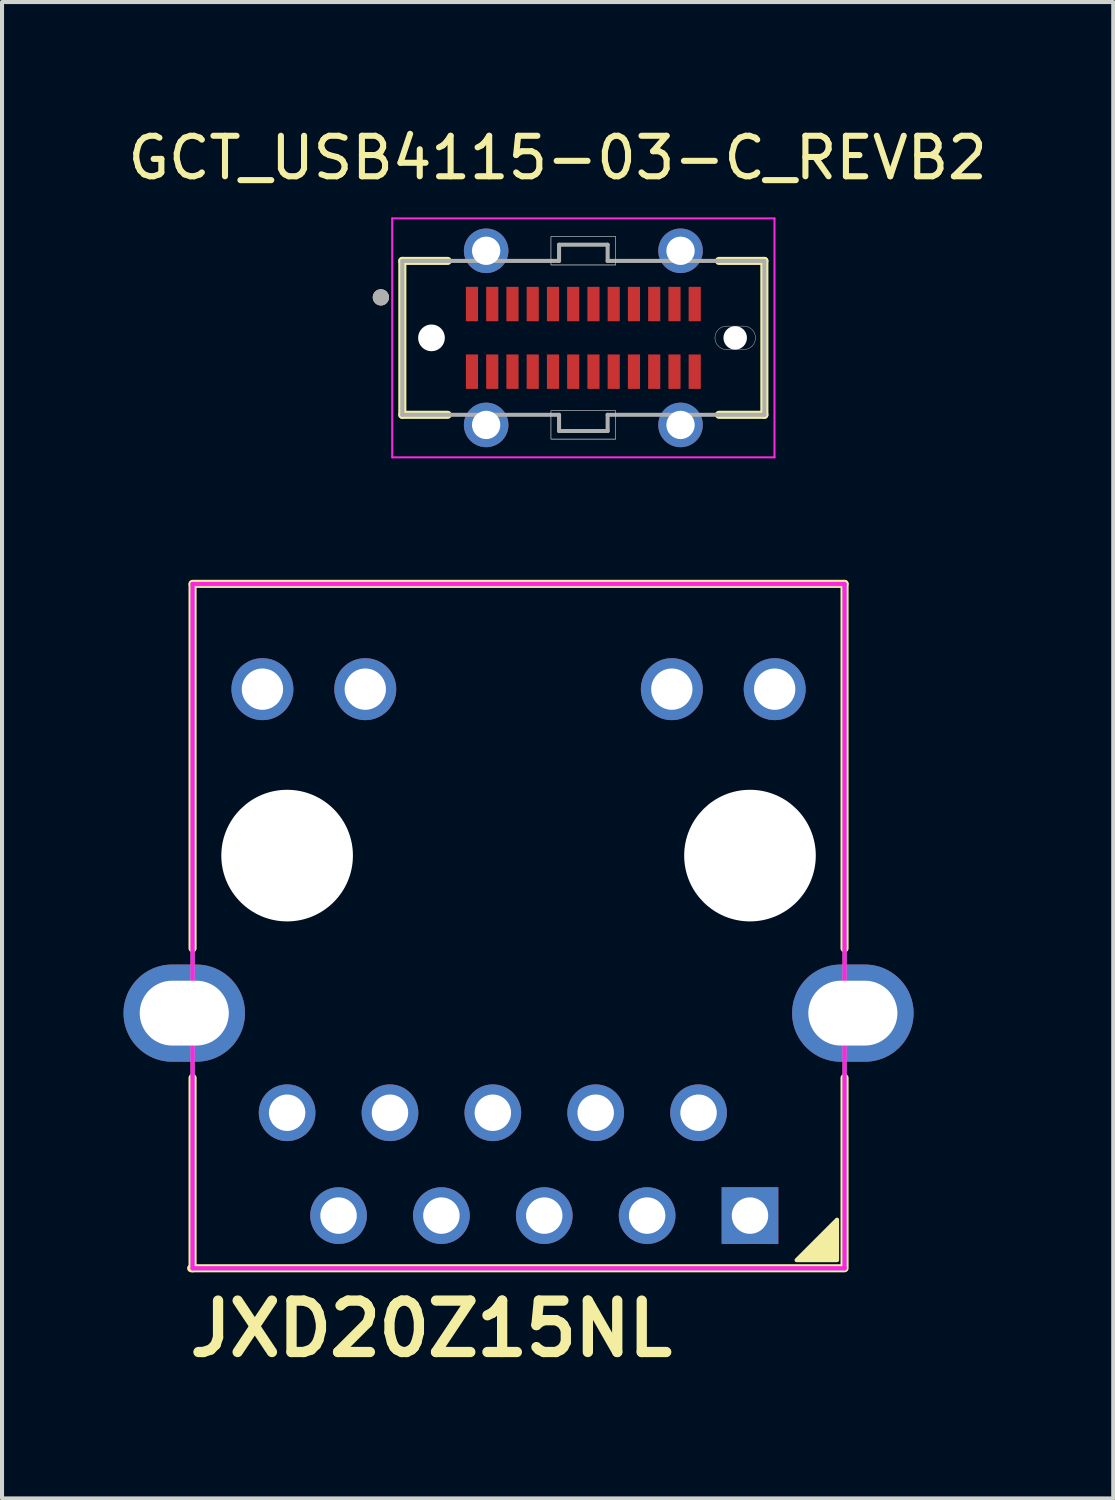
<source format=kicad_pcb>
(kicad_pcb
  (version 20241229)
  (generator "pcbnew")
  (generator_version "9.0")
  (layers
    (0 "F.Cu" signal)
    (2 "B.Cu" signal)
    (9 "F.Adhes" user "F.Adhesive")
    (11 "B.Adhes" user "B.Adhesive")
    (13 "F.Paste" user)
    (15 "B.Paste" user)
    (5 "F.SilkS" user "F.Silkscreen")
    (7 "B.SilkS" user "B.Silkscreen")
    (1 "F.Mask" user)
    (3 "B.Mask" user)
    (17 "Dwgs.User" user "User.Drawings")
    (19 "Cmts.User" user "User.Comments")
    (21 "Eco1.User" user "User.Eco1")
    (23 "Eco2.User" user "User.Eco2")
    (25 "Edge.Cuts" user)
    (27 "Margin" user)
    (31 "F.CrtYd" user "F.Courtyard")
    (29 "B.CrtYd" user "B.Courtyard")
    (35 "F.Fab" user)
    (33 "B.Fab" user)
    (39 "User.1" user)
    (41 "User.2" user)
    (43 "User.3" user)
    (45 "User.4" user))
  (footprint "JXD20Z15NL"
    (layer "F.Cu")
    (at 15.47 26.968)
    (property "Reference" "JXD20Z15NL" (at -7.874 2.794 0) (layer "F.SilkS") (effects (font (size 1.27 1.27) (thickness 0.254))))
    (attr through_hole)
    (fp_line (start -13.765 -15.6) (end 2.335 -15.6) (stroke (width 0.2) (type solid)) (layer "F.SilkS"))
    (fp_line (start -13.765 -6.6) (end -13.765 -15.59) (stroke (width 0.2) (type solid)) (layer "F.SilkS"))
    (fp_line (start -13.765 1.3) (end -13.765 -3.4) (stroke (width 0.2) (type solid)) (layer "F.SilkS"))
    (fp_line (start 2.3 1.3) (end -13.8 1.3) (stroke (width 0.2) (type solid)) (layer "F.SilkS"))
    (fp_line (start 2.335 -15.6) (end 2.335 -6.6) (stroke (width 0.2) (type solid)) (layer "F.SilkS"))
    (fp_line (start 2.335 -3.4) (end 2.335 1.3) (stroke (width 0.2) (type solid)) (layer "F.SilkS"))
    (fp_poly (pts (xy 2.15 0.1) (xy 2.15 1.1) (xy 1.15 1.1)) (stroke (width 0.1) (type solid)) (fill yes) (layer "F.SilkS"))
    (fp_line (start -13.765 -15.6) (end 2.335 -15.6) (stroke (width 0.1) (type solid)) (layer "F.CrtYd"))
    (fp_line (start -13.765 1.3) (end -13.765 -15.6) (stroke (width 0.1) (type solid)) (layer "F.CrtYd"))
    (fp_line (start 2.335 -15.6) (end 2.335 1.3) (stroke (width 0.1) (type solid)) (layer "F.CrtYd"))
    (fp_line (start 2.335 1.3) (end -13.765 1.3) (stroke (width 0.1) (type solid)) (layer "F.CrtYd"))
    (fp_line (start -13.765 -15.59) (end 2.335 -15.59) (stroke (width 0.1) (type solid)) (layer "F.Fab"))
    (fp_line (start -13.765 1.31) (end -13.765 -15.59) (stroke (width 0.1) (type solid)) (layer "F.Fab"))
    (fp_line (start 2.335 -15.59) (end 2.335 1.31) (stroke (width 0.1) (type solid)) (layer "F.Fab"))
    (fp_line (start 2.335 1.31) (end -13.765 1.31) (stroke (width 0.1) (type solid)) (layer "F.Fab"))
    (pad "" np_thru_hole circle (at -11.43 -8.89) (size 3.25 3.25) (drill 3.25) (layers "*.Cu" "*.Mask"))
    (pad "" np_thru_hole circle (at 0 -8.89) (size 3.25 3.25) (drill 3.25) (layers "*.Cu" "*.Mask"))
    (pad "1" thru_hole rect (at 0 0) (size 1.4 1.4) (drill 0.9) (layers "*.Cu" "*.Mask"))
    (pad "2" thru_hole circle (at -1.27 -2.54) (size 1.4 1.4) (drill 0.9) (layers "*.Cu" "*.Mask"))
    (pad "3" thru_hole circle (at -2.54 0) (size 1.4 1.4) (drill 0.9) (layers "*.Cu" "*.Mask"))
    (pad "4" thru_hole circle (at -3.81 -2.54) (size 1.4 1.4) (drill 0.9) (layers "*.Cu" "*.Mask"))
    (pad "5" thru_hole circle (at -5.08 0) (size 1.4 1.4) (drill 0.9) (layers "*.Cu" "*.Mask"))
    (pad "6" thru_hole circle (at -6.35 -2.54) (size 1.4 1.4) (drill 0.9) (layers "*.Cu" "*.Mask"))
    (pad "7" thru_hole circle (at -7.62 0) (size 1.4 1.4) (drill 0.9) (layers "*.Cu" "*.Mask"))
    (pad "8" thru_hole circle (at -8.89 -2.54) (size 1.4 1.4) (drill 0.9) (layers "*.Cu" "*.Mask"))
    (pad "9" thru_hole circle (at -10.16 0) (size 1.4 1.4) (drill 0.9) (layers "*.Cu" "*.Mask"))
    (pad "10" thru_hole circle (at -11.43 -2.54) (size 1.4 1.4) (drill 0.9) (layers "*.Cu" "*.Mask"))
    (pad "11" thru_hole circle (at 0.61 -13) (size 1.53 1.53) (drill 1.02) (layers "*.Cu" "*.Mask"))
    (pad "12" thru_hole circle (at -1.93 -13) (size 1.53 1.53) (drill 1.02) (layers "*.Cu" "*.Mask"))
    (pad "13" thru_hole circle (at -9.5 -13) (size 1.53 1.53) (drill 1.02) (layers "*.Cu" "*.Mask"))
    (pad "14" thru_hole circle (at -12.04 -13) (size 1.53 1.53) (drill 1.02) (layers "*.Cu" "*.Mask"))
    (pad "SH" thru_hole oval (at -13.97 -5) (size 3 2.4) (drill oval 2.2 1.6) (layers "*.Cu" "*.Mask"))
    (pad "SH" thru_hole oval (at 2.54 -5) (size 3 2.4) (drill oval 2.2 1.6) (layers "*.Cu" "*.Mask")))
  (footprint "GCT_USB4115-03-C_REVB2"
    (layer "F.Cu")
    (at 11.355 5.293)
    (property "Reference" "GCT_USB4115-03-C_REVB2" (at -0.635 -4.445 0) (layer "F.SilkS") (effects (font (size 1 1) (thickness 0.15))))
    (attr smd)
    (fp_line (start -4.47 -1.9) (end -3.35 -1.9) (stroke (width 0.2) (type solid)) (layer "F.SilkS"))
    (fp_line (start -4.47 1.9) (end -4.47 -1.9) (stroke (width 0.2) (type solid)) (layer "F.SilkS"))
    (fp_line (start -4.47 1.9) (end -3.35 1.9) (stroke (width 0.2) (type solid)) (layer "F.SilkS"))
    (fp_line (start 3.35 -1.9) (end 4.47 -1.9) (stroke (width 0.2) (type solid)) (layer "F.SilkS"))
    (fp_line (start 3.35 1.9) (end 4.47 1.9) (stroke (width 0.2) (type solid)) (layer "F.SilkS"))
    (fp_line (start 4.47 1.9) (end 4.47 -1.9) (stroke (width 0.2) (type solid)) (layer "F.SilkS"))
    (fp_circle (center -5 -1) (end -4.9 -1) (stroke (width 0.2) (type solid)) (fill no) (layer "F.SilkS"))
    (fp_poly (pts (xy -0.8 -1.8) (xy 0.8 -1.8) (xy 0.8 -2.5) (xy -0.8 -2.5)) (stroke (width 0.01) (type solid)) (fill no) (layer "Dwgs.User"))
    (fp_poly (pts (xy -0.8 -1.8) (xy 0.8 -1.8) (xy 0.8 -2.5) (xy -0.8 -2.5)) (stroke (width 0.01) (type solid)) (fill no) (layer "Dwgs.User"))
    (fp_poly (pts (xy -0.8 1.8) (xy 0.8 1.8) (xy 0.8 2.5) (xy -0.8 2.5)) (stroke (width 0.01) (type solid)) (fill no) (layer "Dwgs.User"))
    (fp_poly (pts (xy -0.8 1.8) (xy 0.8 1.8) (xy 0.8 2.5) (xy -0.8 2.5)) (stroke (width 0.01) (type solid)) (fill no) (layer "Dwgs.User"))
    (fp_line (start 3.54 -0.29) (end 3.96 -0.29) (stroke (width 0.01) (type solid)) (layer "Edge.Cuts"))
    (fp_line (start 3.54 0.29) (end 3.96 0.29) (stroke (width 0.01) (type solid)) (layer "Edge.Cuts"))
    (fp_arc (start 3.25 0) (mid 3.334939 -0.205061) (end 3.54 -0.29) (stroke (width 0.01) (type solid)) (layer "Edge.Cuts"))
    (fp_arc (start 3.54 0.29) (mid 3.334939 0.205061) (end 3.25 0) (stroke (width 0.01) (type solid)) (layer "Edge.Cuts"))
    (fp_arc (start 3.96 -0.29) (mid 4.165061 -0.205061) (end 4.25 0) (stroke (width 0.01) (type solid)) (layer "Edge.Cuts"))
    (fp_arc (start 4.25 0) (mid 4.165061 0.205061) (end 3.96 0.29) (stroke (width 0.01) (type solid)) (layer "Edge.Cuts"))
    (fp_line (start -4.72 -2.95) (end 4.72 -2.95) (stroke (width 0.05) (type solid)) (layer "F.CrtYd"))
    (fp_line (start -4.72 2.95) (end -4.72 -2.95) (stroke (width 0.05) (type solid)) (layer "F.CrtYd"))
    (fp_line (start -4.72 2.95) (end 4.72 2.95) (stroke (width 0.05) (type solid)) (layer "F.CrtYd"))
    (fp_line (start 4.72 2.95) (end 4.72 -2.95) (stroke (width 0.05) (type solid)) (layer "F.CrtYd"))
    (fp_line (start -4.47 -1.9) (end -0.6 -1.9) (stroke (width 0.1) (type solid)) (layer "F.Fab"))
    (fp_line (start -4.47 1.9) (end -4.47 -1.9) (stroke (width 0.1) (type solid)) (layer "F.Fab"))
    (fp_line (start -4.47 1.9) (end -0.6 1.9) (stroke (width 0.1) (type solid)) (layer "F.Fab"))
    (fp_line (start -0.6 -2.3) (end 0.6 -2.3) (stroke (width 0.1) (type solid)) (layer "F.Fab"))
    (fp_line (start -0.6 -1.9) (end -0.6 -2.3) (stroke (width 0.1) (type solid)) (layer "F.Fab"))
    (fp_line (start -0.6 2.3) (end -0.6 1.9) (stroke (width 0.1) (type solid)) (layer "F.Fab"))
    (fp_line (start -0.6 2.3) (end 0.6 2.3) (stroke (width 0.1) (type solid)) (layer "F.Fab"))
    (fp_line (start 0.6 -1.9) (end 0.6 -2.3) (stroke (width 0.1) (type solid)) (layer "F.Fab"))
    (fp_line (start 0.6 -1.9) (end 4.47 -1.9) (stroke (width 0.1) (type solid)) (layer "F.Fab"))
    (fp_line (start 0.6 1.9) (end 4.47 1.9) (stroke (width 0.1) (type solid)) (layer "F.Fab"))
    (fp_line (start 0.6 2.3) (end 0.6 1.9) (stroke (width 0.1) (type solid)) (layer "F.Fab"))
    (fp_line (start 4.47 1.9) (end 4.47 -1.9) (stroke (width 0.1) (type solid)) (layer "F.Fab"))
    (fp_circle (center -5 -1) (end -4.9 -1) (stroke (width 0.2) (type solid)) (fill no) (layer "F.Fab"))
    (pad "" np_thru_hole circle (at -3.75 0) (size 0.66 0.66) (drill 0.66) (layers "*.Cu" "*.Mask"))
    (pad "" np_thru_hole circle (at 3.75 0) (size 0.58 0.58) (drill 0.58) (layers "*.Cu" "*.Mask"))
    (pad "A1" smd rect (at -2.75 -0.835) (size 0.3 0.85) (layers "F.Cu" "F.Mask" "F.Paste"))
    (pad "A2" smd rect (at -2.25 -0.835) (size 0.3 0.85) (layers "F.Cu" "F.Mask" "F.Paste"))
    (pad "A3" smd rect (at -1.75 -0.835) (size 0.3 0.85) (layers "F.Cu" "F.Mask" "F.Paste"))
    (pad "A4" smd rect (at -1.25 -0.835) (size 0.3 0.85) (layers "F.Cu" "F.Mask" "F.Paste"))
    (pad "A5" smd rect (at -0.75 -0.835) (size 0.3 0.85) (layers "F.Cu" "F.Mask" "F.Paste"))
    (pad "A6" smd rect (at -0.25 -0.835) (size 0.3 0.85) (layers "F.Cu" "F.Mask" "F.Paste"))
    (pad "A7" smd rect (at 0.25 -0.835) (size 0.3 0.85) (layers "F.Cu" "F.Mask" "F.Paste"))
    (pad "A8" smd rect (at 0.75 -0.835) (size 0.3 0.85) (layers "F.Cu" "F.Mask" "F.Paste"))
    (pad "A9" smd rect (at 1.25 -0.835) (size 0.3 0.85) (layers "F.Cu" "F.Mask" "F.Paste"))
    (pad "A10" smd rect (at 1.75 -0.835) (size 0.3 0.85) (layers "F.Cu" "F.Mask" "F.Paste"))
    (pad "A11" smd rect (at 2.25 -0.835) (size 0.3 0.85) (layers "F.Cu" "F.Mask" "F.Paste"))
    (pad "A12" smd rect (at 2.75 -0.835) (size 0.3 0.85) (layers "F.Cu" "F.Mask" "F.Paste"))
    (pad "B1" smd rect (at 2.75 0.835) (size 0.3 0.85) (layers "F.Cu" "F.Mask" "F.Paste"))
    (pad "B2" smd rect (at 2.25 0.835) (size 0.3 0.85) (layers "F.Cu" "F.Mask" "F.Paste"))
    (pad "B3" smd rect (at 1.75 0.835) (size 0.3 0.85) (layers "F.Cu" "F.Mask" "F.Paste"))
    (pad "B4" smd rect (at 1.25 0.835) (size 0.3 0.85) (layers "F.Cu" "F.Mask" "F.Paste"))
    (pad "B5" smd rect (at 0.75 0.835) (size 0.3 0.85) (layers "F.Cu" "F.Mask" "F.Paste"))
    (pad "B6" smd rect (at 0.25 0.835) (size 0.3 0.85) (layers "F.Cu" "F.Mask" "F.Paste"))
    (pad "B7" smd rect (at -0.25 0.835) (size 0.3 0.85) (layers "F.Cu" "F.Mask" "F.Paste"))
    (pad "B8" smd rect (at -0.75 0.835) (size 0.3 0.85) (layers "F.Cu" "F.Mask" "F.Paste"))
    (pad "B9" smd rect (at -1.25 0.835) (size 0.3 0.85) (layers "F.Cu" "F.Mask" "F.Paste"))
    (pad "B10" smd rect (at -1.75 0.835) (size 0.3 0.85) (layers "F.Cu" "F.Mask" "F.Paste"))
    (pad "B11" smd rect (at -2.25 0.835) (size 0.3 0.85) (layers "F.Cu" "F.Mask" "F.Paste"))
    (pad "B12" smd rect (at -2.75 0.835) (size 0.3 0.85) (layers "F.Cu" "F.Mask" "F.Paste"))
    (pad "S1" thru_hole circle (at -2.4 -2.15) (size 1.1 1.1) (drill 0.7) (layers "*.Cu" "*.Mask"))
    (pad "S2" thru_hole circle (at -2.4 2.15) (size 1.1 1.1) (drill 0.7) (layers "*.Cu" "*.Mask"))
    (pad "S3" thru_hole circle (at 2.4 2.15) (size 1.1 1.1) (drill 0.7) (layers "*.Cu" "*.Mask"))
    (pad "S4" thru_hole circle (at 2.4 -2.15) (size 1.1 1.1) (drill 0.7) (layers "*.Cu" "*.Mask")))
  (gr_rect
    (start -3 -3)
    (end 24.44 33.951)
    (stroke (width 0.1) (type default))
    (fill no)
    (layer "Edge.Cuts")))
</source>
